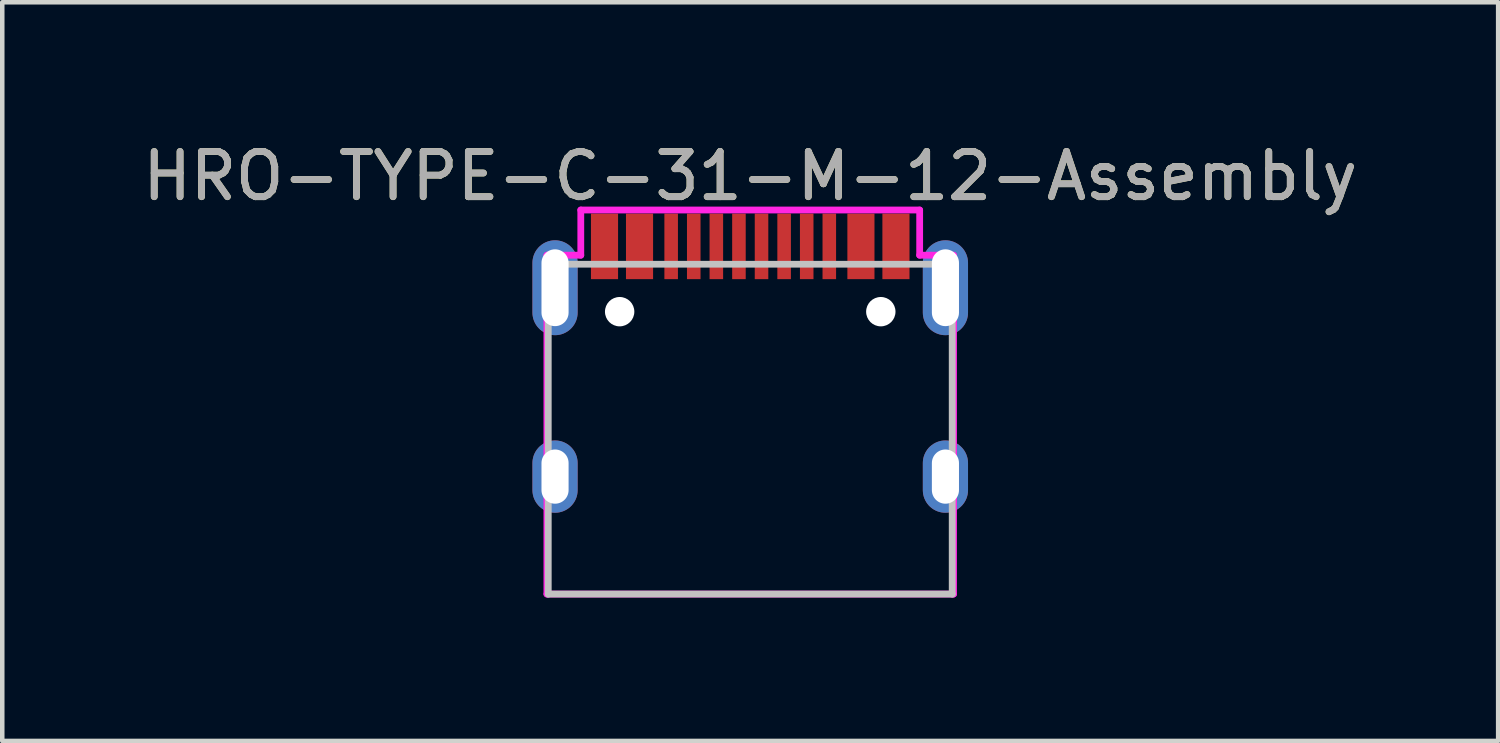
<source format=kicad_pcb>
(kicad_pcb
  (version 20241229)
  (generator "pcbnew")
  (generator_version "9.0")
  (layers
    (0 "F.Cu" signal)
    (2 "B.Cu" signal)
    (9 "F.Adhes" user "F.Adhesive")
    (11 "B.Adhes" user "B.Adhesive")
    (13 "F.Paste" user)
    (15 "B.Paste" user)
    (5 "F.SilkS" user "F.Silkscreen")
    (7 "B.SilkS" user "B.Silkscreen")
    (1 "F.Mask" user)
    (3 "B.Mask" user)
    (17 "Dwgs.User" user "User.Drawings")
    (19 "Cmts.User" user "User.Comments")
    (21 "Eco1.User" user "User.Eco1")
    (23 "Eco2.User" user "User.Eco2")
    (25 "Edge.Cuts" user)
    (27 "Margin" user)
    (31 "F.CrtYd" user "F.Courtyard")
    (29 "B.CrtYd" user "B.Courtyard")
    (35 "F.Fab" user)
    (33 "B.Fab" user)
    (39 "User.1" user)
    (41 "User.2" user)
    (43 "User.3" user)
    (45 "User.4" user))
  (footprint "HRO-TYPE-C-31-M-12-Assembly"
    (layer "F.Cu")
    (at 13.554 10.098)
    (property "Reference" "HRO-TYPE-C-31-M-12-Assembly" (at 0 -9.25 0) (layer "F.SilkS") (effects (font (size 1 1) (thickness 0.15))))
    (attr through_hole)
    (fp_line (start -4.47 -7.3) (end 4.47 -7.3) (stroke (width 0.15) (type solid)) (layer "Dwgs.User"))
    (fp_line (start -4.47 0) (end -4.47 -7.3) (stroke (width 0.15) (type solid)) (layer "Dwgs.User"))
    (fp_line (start -4.47 0) (end 4.47 0) (stroke (width 0.15) (type solid)) (layer "Dwgs.User"))
    (fp_line (start 4.47 0) (end 4.47 -7.3) (stroke (width 0.15) (type solid)) (layer "Dwgs.User"))
    (fp_line (start -4.5 -7.5) (end -3.75 -7.5) (stroke (width 0.15) (type solid)) (layer "F.CrtYd"))
    (fp_line (start -4.5 0) (end -4.5 -7.5) (stroke (width 0.15) (type solid)) (layer "F.CrtYd"))
    (fp_line (start -3.75 -8.5) (end 3.75 -8.5) (stroke (width 0.15) (type solid)) (layer "F.CrtYd"))
    (fp_line (start -3.75 -7.5) (end -3.75 -8.5) (stroke (width 0.15) (type solid)) (layer "F.CrtYd"))
    (fp_line (start 3.75 -8.5) (end 3.75 -7.5) (stroke (width 0.15) (type solid)) (layer "F.CrtYd"))
    (fp_line (start 3.75 -7.5) (end 4.5 -7.5) (stroke (width 0.15) (type solid)) (layer "F.CrtYd"))
    (fp_line (start 4.5 -7.5) (end 4.5 0) (stroke (width 0.15) (type solid)) (layer "F.CrtYd"))
    (fp_line (start 4.5 0) (end -4.5 0) (stroke (width 0.15) (type solid)) (layer "F.CrtYd"))
    (fp_text user "${REFERENCE}" (at 0 -9.25 0) (layer "F.Fab") (effects (font (size 1 1) (thickness 0.15))))
    (pad "" np_thru_hole circle (at -2.89 -6.25) (size 0.65 0.65) (drill 0.65) (layers "*.Cu" "*.Mask"))
    (pad "" np_thru_hole circle (at 2.89 -6.25) (size 0.65 0.65) (drill 0.65) (layers "*.Cu" "*.Mask"))
    (pad "1" smd rect (at -3.225 -7.695) (size 0.6 1.45) (layers "F.Cu" "F.Mask" "F.Paste"))
    (pad "2" smd rect (at -2.45 -7.695) (size 0.6 1.45) (layers "F.Cu" "F.Mask" "F.Paste"))
    (pad "3" smd rect (at -1.75 -7.695) (size 0.3 1.45) (layers "F.Cu" "F.Mask" "F.Paste"))
    (pad "4" smd rect (at -1.25 -7.695) (size 0.3 1.45) (layers "F.Cu" "F.Mask" "F.Paste"))
    (pad "5" smd rect (at -0.75 -7.695) (size 0.3 1.45) (layers "F.Cu" "F.Mask" "F.Paste"))
    (pad "6" smd rect (at -0.25 -7.695) (size 0.3 1.45) (layers "F.Cu" "F.Mask" "F.Paste"))
    (pad "7" smd rect (at 0.25 -7.695) (size 0.3 1.45) (layers "F.Cu" "F.Mask" "F.Paste"))
    (pad "8" smd rect (at 0.75 -7.695) (size 0.3 1.45) (layers "F.Cu" "F.Mask" "F.Paste"))
    (pad "9" smd rect (at 1.25 -7.695) (size 0.3 1.45) (layers "F.Cu" "F.Mask" "F.Paste"))
    (pad "10" smd rect (at 1.75 -7.695) (size 0.3 1.45) (layers "F.Cu" "F.Mask" "F.Paste"))
    (pad "11" smd rect (at 2.45 -7.695) (size 0.6 1.45) (layers "F.Cu" "F.Mask" "F.Paste"))
    (pad "12" smd rect (at 3.225 -7.695) (size 0.6 1.45) (layers "F.Cu" "F.Mask" "F.Paste"))
    (pad "13" thru_hole oval (at -4.32 -6.78) (size 1 2.1) (drill oval 0.6 1.7) (layers "*.Cu" "*.Mask"))
    (pad "13" thru_hole oval (at -4.32 -2.6) (size 1 1.6) (drill oval 0.6 1.2) (layers "*.Cu" "*.Mask"))
    (pad "13" thru_hole oval (at 4.32 -6.78) (size 1 2.1) (drill oval 0.6 1.7) (layers "*.Cu" "*.Mask"))
    (pad "13" thru_hole oval (at 4.32 -2.6) (size 1 1.6) (drill oval 0.6 1.2) (layers "*.Cu" "*.Mask")))
  (gr_rect
    (start -3 -3)
    (end 30.107 13.348)
    (stroke (width 0.1) (type default))
    (fill no)
    (layer "Edge.Cuts")))
</source>
